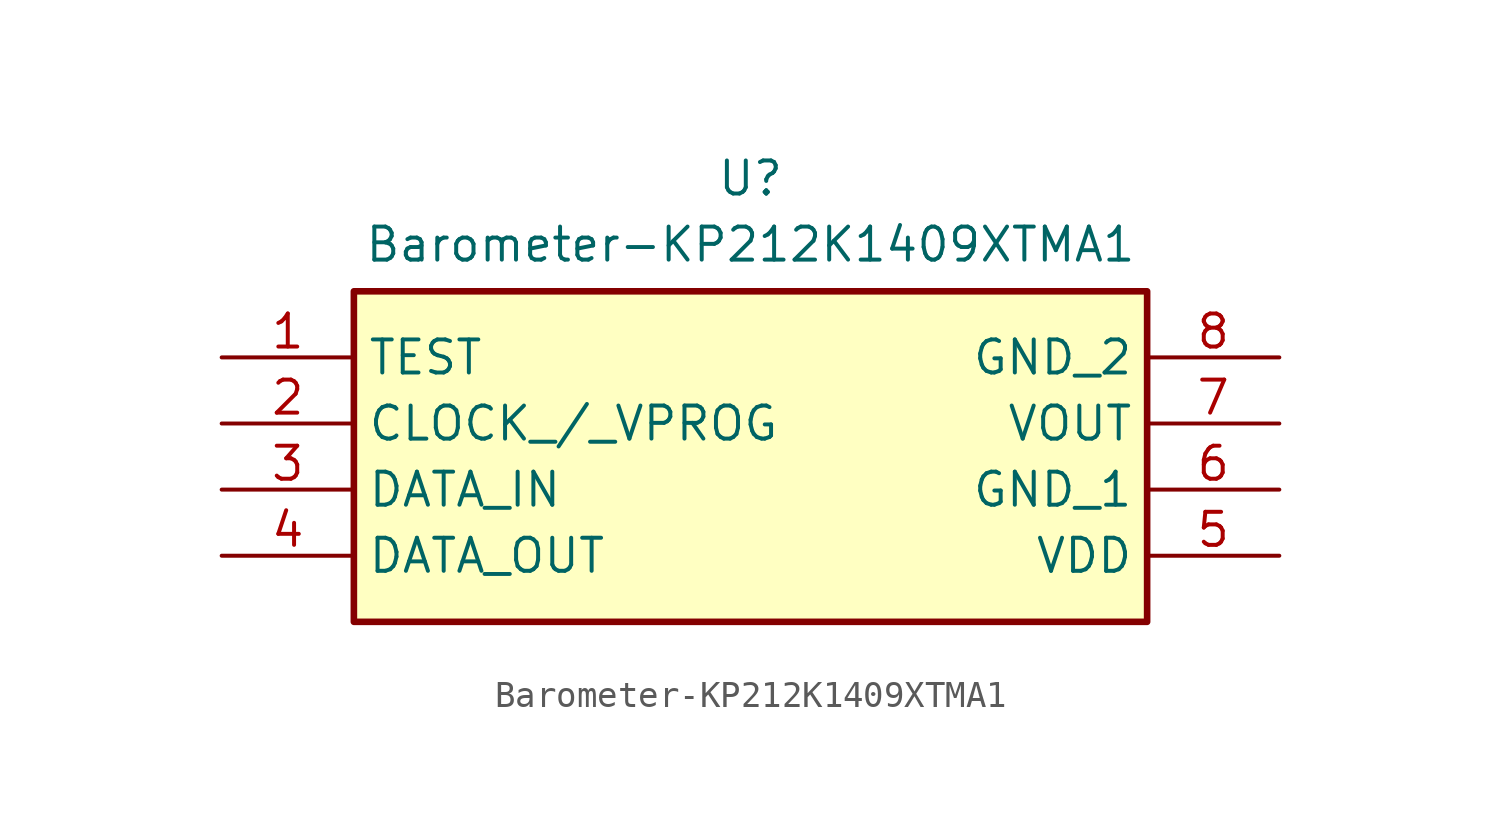
<source format=kicad_sym>
(kicad_symbol_lib
  (version 20220914)
  (generator kicad_symbol_editor)
  (symbol "Barometer-KP212K1409XTMA1"
    (property "Reference" "U"
      (at 0 11.43 0)
      (effects (font (size 1.27 1.27)) (justify top)))
    (property "Value" "Barometer-KP212K1409XTMA1"
      (at 0 8.89 0)
      (effects (font (size 1.27 1.27)) (justify top)))
    (symbol "Barometer-KP212K1409XTMA1_1_1"
      (rectangle (start -15.24 6.35) (end 15.24 -6.35) (stroke (width 0.254) (type default)) (fill (type background)))
      (pin passive line (at -20.32 3.81 0) (length 5.08) (name "TEST" (effects (font (size 1.27 1.27)))) (number "1" (effects (font (size 1.27 1.27)))))
      (pin passive line (at -20.32 1.27 0) (length 5.08) (name "CLOCK_/_VPROG" (effects (font (size 1.27 1.27)))) (number "2" (effects (font (size 1.27 1.27)))))
      (pin passive line (at -20.32 -1.27 0) (length 5.08) (name "DATA_IN" (effects (font (size 1.27 1.27)))) (number "3" (effects (font (size 1.27 1.27)))))
      (pin passive line (at -20.32 -3.81 0) (length 5.08) (name "DATA_OUT" (effects (font (size 1.27 1.27)))) (number "4" (effects (font (size 1.27 1.27)))))
      (pin passive line (at 20.32 -3.81 180) (length 5.08) (name "VDD" (effects (font (size 1.27 1.27)))) (number "5" (effects (font (size 1.27 1.27)))))
      (pin passive line (at 20.32 -1.27 180) (length 5.08) (name "GND_1" (effects (font (size 1.27 1.27)))) (number "6" (effects (font (size 1.27 1.27)))))
      (pin passive line (at 20.32 1.27 180) (length 5.08) (name "VOUT" (effects (font (size 1.27 1.27)))) (number "7" (effects (font (size 1.27 1.27)))))
      (pin passive line (at 20.32 3.81 180) (length 5.08) (name "GND_2" (effects (font (size 1.27 1.27)))) (number "8" (effects (font (size 1.27 1.27))))))))
</source>
